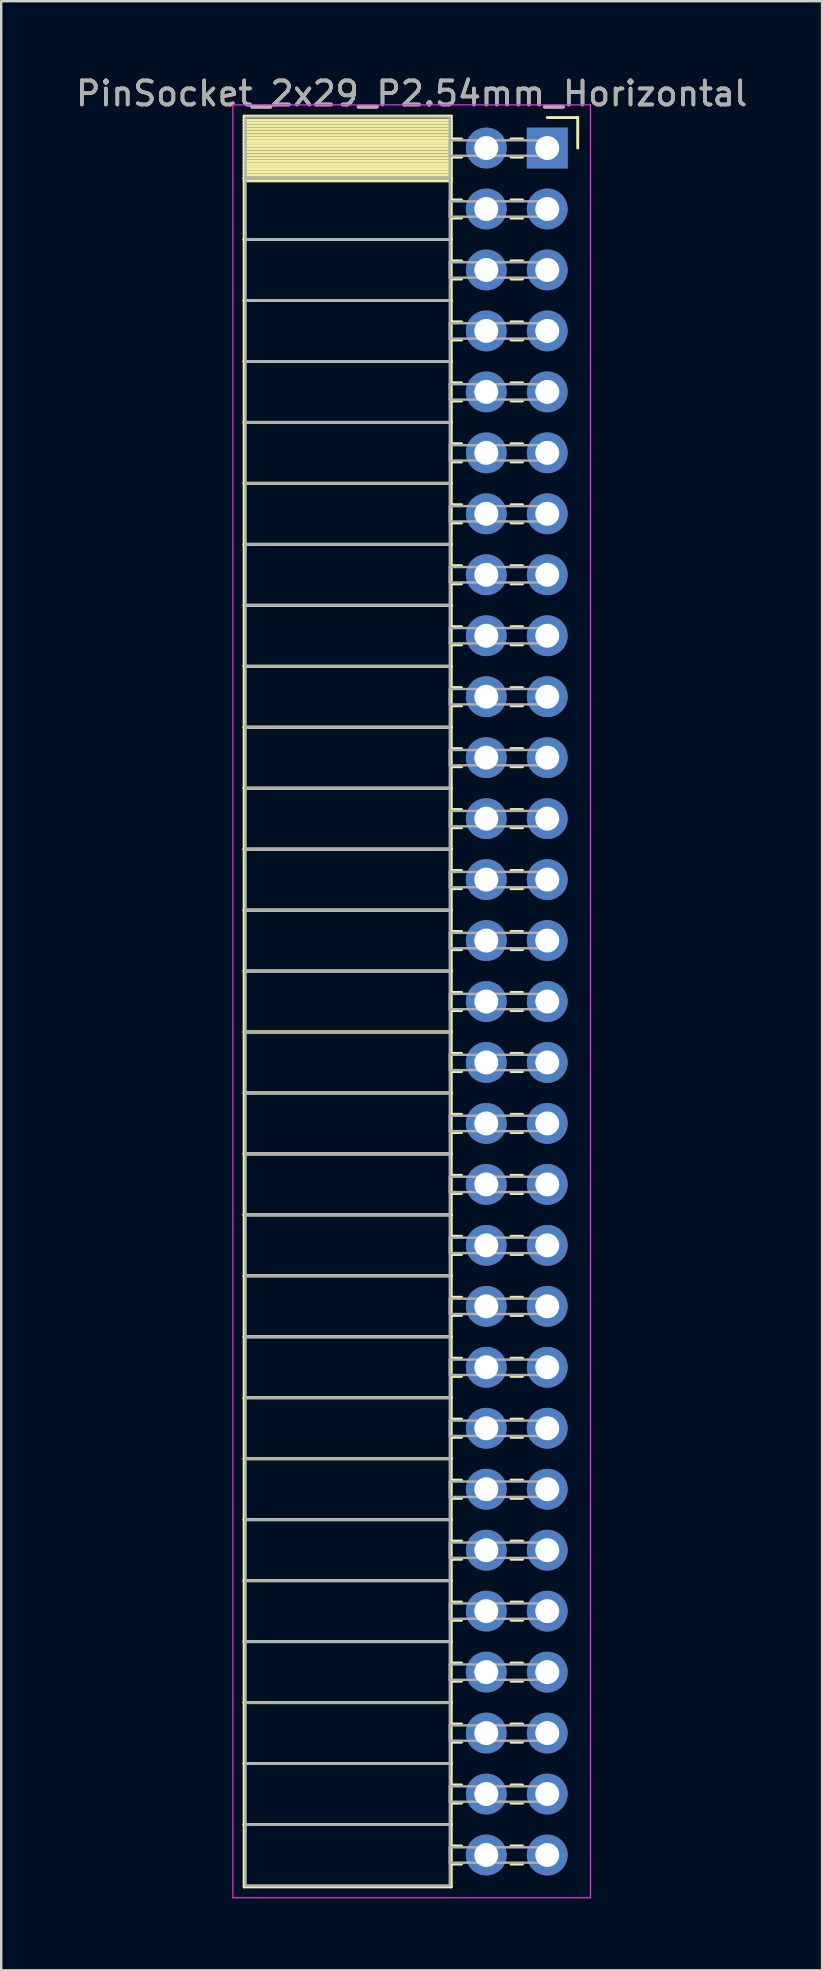
<source format=kicad_pcb>
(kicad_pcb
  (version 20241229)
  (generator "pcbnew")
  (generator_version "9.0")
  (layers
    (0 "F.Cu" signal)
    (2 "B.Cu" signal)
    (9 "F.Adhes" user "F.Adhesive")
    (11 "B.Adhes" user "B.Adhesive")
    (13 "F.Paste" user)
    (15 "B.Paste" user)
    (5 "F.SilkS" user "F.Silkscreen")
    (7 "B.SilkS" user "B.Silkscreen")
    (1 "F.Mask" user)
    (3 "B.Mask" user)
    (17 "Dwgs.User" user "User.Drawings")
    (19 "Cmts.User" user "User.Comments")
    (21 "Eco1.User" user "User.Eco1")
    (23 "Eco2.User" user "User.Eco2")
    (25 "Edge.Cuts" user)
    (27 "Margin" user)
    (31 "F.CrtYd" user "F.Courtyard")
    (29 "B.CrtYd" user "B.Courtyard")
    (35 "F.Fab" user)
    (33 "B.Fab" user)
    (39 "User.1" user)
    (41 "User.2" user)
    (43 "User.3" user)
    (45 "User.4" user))
  (footprint "PinSocket_2x29_P2.54mm_Horizontal"
    (layer "F.Cu")
    (at 19.751 3.118)
    (property "Reference" "PinSocket_2x29_P2.54mm_Horizontal" (at -5.65 -2.27 0) (layer "F.SilkS") (effects (font (size 1 1) (thickness 0.15))))
    (attr through_hole)
    (fp_line (start -12.63 -1.33) (end -4 -1.33) (stroke (width 0.12) (type solid)) (layer "F.SilkS"))
    (fp_line (start -12.63 1.27) (end -12.63 -1.33) (stroke (width 0.12) (type solid)) (layer "F.SilkS"))
    (fp_line (start -12.63 1.27) (end -4 1.27) (stroke (width 0.12) (type solid)) (layer "F.SilkS"))
    (fp_line (start -12.63 3.81) (end -12.63 1.27) (stroke (width 0.12) (type solid)) (layer "F.SilkS"))
    (fp_line (start -12.63 3.81) (end -4 3.81) (stroke (width 0.12) (type solid)) (layer "F.SilkS"))
    (fp_line (start -12.63 6.35) (end -12.63 3.81) (stroke (width 0.12) (type solid)) (layer "F.SilkS"))
    (fp_line (start -12.63 6.35) (end -4 6.35) (stroke (width 0.12) (type solid)) (layer "F.SilkS"))
    (fp_line (start -12.63 8.89) (end -12.63 6.35) (stroke (width 0.12) (type solid)) (layer "F.SilkS"))
    (fp_line (start -12.63 8.89) (end -4 8.89) (stroke (width 0.12) (type solid)) (layer "F.SilkS"))
    (fp_line (start -12.63 11.43) (end -12.63 8.89) (stroke (width 0.12) (type solid)) (layer "F.SilkS"))
    (fp_line (start -12.63 11.43) (end -4 11.43) (stroke (width 0.12) (type solid)) (layer "F.SilkS"))
    (fp_line (start -12.63 13.97) (end -12.63 11.43) (stroke (width 0.12) (type solid)) (layer "F.SilkS"))
    (fp_line (start -12.63 13.97) (end -4 13.97) (stroke (width 0.12) (type solid)) (layer "F.SilkS"))
    (fp_line (start -12.63 16.51) (end -12.63 13.97) (stroke (width 0.12) (type solid)) (layer "F.SilkS"))
    (fp_line (start -12.63 16.51) (end -4 16.51) (stroke (width 0.12) (type solid)) (layer "F.SilkS"))
    (fp_line (start -12.63 19.05) (end -12.63 16.51) (stroke (width 0.12) (type solid)) (layer "F.SilkS"))
    (fp_line (start -12.63 19.05) (end -4 19.05) (stroke (width 0.12) (type solid)) (layer "F.SilkS"))
    (fp_line (start -12.63 21.59) (end -12.63 19.05) (stroke (width 0.12) (type solid)) (layer "F.SilkS"))
    (fp_line (start -12.63 21.59) (end -4 21.59) (stroke (width 0.12) (type solid)) (layer "F.SilkS"))
    (fp_line (start -12.63 24.13) (end -12.63 21.59) (stroke (width 0.12) (type solid)) (layer "F.SilkS"))
    (fp_line (start -12.63 24.13) (end -4 24.13) (stroke (width 0.12) (type solid)) (layer "F.SilkS"))
    (fp_line (start -12.63 26.67) (end -12.63 24.13) (stroke (width 0.12) (type solid)) (layer "F.SilkS"))
    (fp_line (start -12.63 26.67) (end -4 26.67) (stroke (width 0.12) (type solid)) (layer "F.SilkS"))
    (fp_line (start -12.63 29.21) (end -12.63 26.67) (stroke (width 0.12) (type solid)) (layer "F.SilkS"))
    (fp_line (start -12.63 29.21) (end -4 29.21) (stroke (width 0.12) (type solid)) (layer "F.SilkS"))
    (fp_line (start -12.63 31.75) (end -12.63 29.21) (stroke (width 0.12) (type solid)) (layer "F.SilkS"))
    (fp_line (start -12.63 31.75) (end -4 31.75) (stroke (width 0.12) (type solid)) (layer "F.SilkS"))
    (fp_line (start -12.63 34.29) (end -12.63 31.75) (stroke (width 0.12) (type solid)) (layer "F.SilkS"))
    (fp_line (start -12.63 34.29) (end -4 34.29) (stroke (width 0.12) (type solid)) (layer "F.SilkS"))
    (fp_line (start -12.63 36.83) (end -12.63 34.29) (stroke (width 0.12) (type solid)) (layer "F.SilkS"))
    (fp_line (start -12.63 36.83) (end -4 36.83) (stroke (width 0.12) (type solid)) (layer "F.SilkS"))
    (fp_line (start -12.63 39.37) (end -12.63 36.83) (stroke (width 0.12) (type solid)) (layer "F.SilkS"))
    (fp_line (start -12.63 39.37) (end -4 39.37) (stroke (width 0.12) (type solid)) (layer "F.SilkS"))
    (fp_line (start -12.63 41.91) (end -12.63 39.37) (stroke (width 0.12) (type solid)) (layer "F.SilkS"))
    (fp_line (start -12.63 41.91) (end -4 41.91) (stroke (width 0.12) (type solid)) (layer "F.SilkS"))
    (fp_line (start -12.63 44.45) (end -12.63 41.91) (stroke (width 0.12) (type solid)) (layer "F.SilkS"))
    (fp_line (start -12.63 44.45) (end -4 44.45) (stroke (width 0.12) (type solid)) (layer "F.SilkS"))
    (fp_line (start -12.63 46.99) (end -12.63 44.45) (stroke (width 0.12) (type solid)) (layer "F.SilkS"))
    (fp_line (start -12.63 46.99) (end -4 46.99) (stroke (width 0.12) (type solid)) (layer "F.SilkS"))
    (fp_line (start -12.63 49.53) (end -12.63 46.99) (stroke (width 0.12) (type solid)) (layer "F.SilkS"))
    (fp_line (start -12.63 49.53) (end -4 49.53) (stroke (width 0.12) (type solid)) (layer "F.SilkS"))
    (fp_line (start -12.63 52.07) (end -12.63 49.53) (stroke (width 0.12) (type solid)) (layer "F.SilkS"))
    (fp_line (start -12.63 52.07) (end -4 52.07) (stroke (width 0.12) (type solid)) (layer "F.SilkS"))
    (fp_line (start -12.63 54.61) (end -12.63 52.07) (stroke (width 0.12) (type solid)) (layer "F.SilkS"))
    (fp_line (start -12.63 54.61) (end -4 54.61) (stroke (width 0.12) (type solid)) (layer "F.SilkS"))
    (fp_line (start -12.63 57.15) (end -12.63 54.61) (stroke (width 0.12) (type solid)) (layer "F.SilkS"))
    (fp_line (start -12.63 57.15) (end -4 57.15) (stroke (width 0.12) (type solid)) (layer "F.SilkS"))
    (fp_line (start -12.63 59.69) (end -12.63 57.15) (stroke (width 0.12) (type solid)) (layer "F.SilkS"))
    (fp_line (start -12.63 59.69) (end -4 59.69) (stroke (width 0.12) (type solid)) (layer "F.SilkS"))
    (fp_line (start -12.63 62.23) (end -12.63 59.69) (stroke (width 0.12) (type solid)) (layer "F.SilkS"))
    (fp_line (start -12.63 62.23) (end -4 62.23) (stroke (width 0.12) (type solid)) (layer "F.SilkS"))
    (fp_line (start -12.63 64.77) (end -12.63 62.23) (stroke (width 0.12) (type solid)) (layer "F.SilkS"))
    (fp_line (start -12.63 64.77) (end -4 64.77) (stroke (width 0.12) (type solid)) (layer "F.SilkS"))
    (fp_line (start -12.63 67.31) (end -12.63 64.77) (stroke (width 0.12) (type solid)) (layer "F.SilkS"))
    (fp_line (start -12.63 67.31) (end -4 67.31) (stroke (width 0.12) (type solid)) (layer "F.SilkS"))
    (fp_line (start -12.63 69.85) (end -12.63 67.31) (stroke (width 0.12) (type solid)) (layer "F.SilkS"))
    (fp_line (start -12.63 69.85) (end -4 69.85) (stroke (width 0.12) (type solid)) (layer "F.SilkS"))
    (fp_line (start -12.63 72.45) (end -12.63 69.85) (stroke (width 0.12) (type solid)) (layer "F.SilkS"))
    (fp_line (start -4 -1.33) (end -4 1.27) (stroke (width 0.12) (type solid)) (layer "F.SilkS"))
    (fp_line (start -4 -1.15) (end -12.63 -1.15) (stroke (width 0.12) (type solid)) (layer "F.SilkS"))
    (fp_line (start -4 -1.03) (end -12.63 -1.03) (stroke (width 0.12) (type solid)) (layer "F.SilkS"))
    (fp_line (start -4 -0.91) (end -12.63 -0.91) (stroke (width 0.12) (type solid)) (layer "F.SilkS"))
    (fp_line (start -4 -0.79) (end -12.63 -0.79) (stroke (width 0.12) (type solid)) (layer "F.SilkS"))
    (fp_line (start -4 -0.67) (end -12.63 -0.67) (stroke (width 0.12) (type solid)) (layer "F.SilkS"))
    (fp_line (start -4 -0.55) (end -12.63 -0.55) (stroke (width 0.12) (type solid)) (layer "F.SilkS"))
    (fp_line (start -4 -0.43) (end -12.63 -0.43) (stroke (width 0.12) (type solid)) (layer "F.SilkS"))
    (fp_line (start -4 -0.31) (end -12.63 -0.31) (stroke (width 0.12) (type solid)) (layer "F.SilkS"))
    (fp_line (start -4 -0.19) (end -12.63 -0.19) (stroke (width 0.12) (type solid)) (layer "F.SilkS"))
    (fp_line (start -4 -0.07) (end -12.63 -0.07) (stroke (width 0.12) (type solid)) (layer "F.SilkS"))
    (fp_line (start -4 0.05) (end -12.63 0.05) (stroke (width 0.12) (type solid)) (layer "F.SilkS"))
    (fp_line (start -4 0.17) (end -12.63 0.17) (stroke (width 0.12) (type solid)) (layer "F.SilkS"))
    (fp_line (start -4 0.29) (end -12.63 0.29) (stroke (width 0.12) (type solid)) (layer "F.SilkS"))
    (fp_line (start -4 0.41) (end -12.63 0.41) (stroke (width 0.12) (type solid)) (layer "F.SilkS"))
    (fp_line (start -4 0.53) (end -12.63 0.53) (stroke (width 0.12) (type solid)) (layer "F.SilkS"))
    (fp_line (start -4 0.65) (end -12.63 0.65) (stroke (width 0.12) (type solid)) (layer "F.SilkS"))
    (fp_line (start -4 0.77) (end -12.63 0.77) (stroke (width 0.12) (type solid)) (layer "F.SilkS"))
    (fp_line (start -4 0.89) (end -12.63 0.89) (stroke (width 0.12) (type solid)) (layer "F.SilkS"))
    (fp_line (start -4 1.01) (end -12.63 1.01) (stroke (width 0.12) (type solid)) (layer "F.SilkS"))
    (fp_line (start -4 1.13) (end -12.63 1.13) (stroke (width 0.12) (type solid)) (layer "F.SilkS"))
    (fp_line (start -4 1.25) (end -12.63 1.25) (stroke (width 0.12) (type solid)) (layer "F.SilkS"))
    (fp_line (start -4 1.27) (end -12.63 1.27) (stroke (width 0.12) (type solid)) (layer "F.SilkS"))
    (fp_line (start -4 1.27) (end -4 3.81) (stroke (width 0.12) (type solid)) (layer "F.SilkS"))
    (fp_line (start -4 1.37) (end -12.63 1.37) (stroke (width 0.12) (type solid)) (layer "F.SilkS"))
    (fp_line (start -4 3.81) (end -12.63 3.81) (stroke (width 0.12) (type solid)) (layer "F.SilkS"))
    (fp_line (start -4 3.81) (end -4 6.35) (stroke (width 0.12) (type solid)) (layer "F.SilkS"))
    (fp_line (start -4 6.35) (end -12.63 6.35) (stroke (width 0.12) (type solid)) (layer "F.SilkS"))
    (fp_line (start -4 6.35) (end -4 8.89) (stroke (width 0.12) (type solid)) (layer "F.SilkS"))
    (fp_line (start -4 8.89) (end -12.63 8.89) (stroke (width 0.12) (type solid)) (layer "F.SilkS"))
    (fp_line (start -4 8.89) (end -4 11.43) (stroke (width 0.12) (type solid)) (layer "F.SilkS"))
    (fp_line (start -4 11.43) (end -12.63 11.43) (stroke (width 0.12) (type solid)) (layer "F.SilkS"))
    (fp_line (start -4 11.43) (end -4 13.97) (stroke (width 0.12) (type solid)) (layer "F.SilkS"))
    (fp_line (start -4 13.97) (end -12.63 13.97) (stroke (width 0.12) (type solid)) (layer "F.SilkS"))
    (fp_line (start -4 13.97) (end -4 16.51) (stroke (width 0.12) (type solid)) (layer "F.SilkS"))
    (fp_line (start -4 16.51) (end -12.63 16.51) (stroke (width 0.12) (type solid)) (layer "F.SilkS"))
    (fp_line (start -4 16.51) (end -4 19.05) (stroke (width 0.12) (type solid)) (layer "F.SilkS"))
    (fp_line (start -4 19.05) (end -12.63 19.05) (stroke (width 0.12) (type solid)) (layer "F.SilkS"))
    (fp_line (start -4 19.05) (end -4 21.59) (stroke (width 0.12) (type solid)) (layer "F.SilkS"))
    (fp_line (start -4 21.59) (end -12.63 21.59) (stroke (width 0.12) (type solid)) (layer "F.SilkS"))
    (fp_line (start -4 21.59) (end -4 24.13) (stroke (width 0.12) (type solid)) (layer "F.SilkS"))
    (fp_line (start -4 24.13) (end -12.63 24.13) (stroke (width 0.12) (type solid)) (layer "F.SilkS"))
    (fp_line (start -4 24.13) (end -4 26.67) (stroke (width 0.12) (type solid)) (layer "F.SilkS"))
    (fp_line (start -4 26.67) (end -12.63 26.67) (stroke (width 0.12) (type solid)) (layer "F.SilkS"))
    (fp_line (start -4 26.67) (end -4 29.21) (stroke (width 0.12) (type solid)) (layer "F.SilkS"))
    (fp_line (start -4 29.21) (end -12.63 29.21) (stroke (width 0.12) (type solid)) (layer "F.SilkS"))
    (fp_line (start -4 29.21) (end -4 31.75) (stroke (width 0.12) (type solid)) (layer "F.SilkS"))
    (fp_line (start -4 31.75) (end -12.63 31.75) (stroke (width 0.12) (type solid)) (layer "F.SilkS"))
    (fp_line (start -4 31.75) (end -4 34.29) (stroke (width 0.12) (type solid)) (layer "F.SilkS"))
    (fp_line (start -4 34.29) (end -12.63 34.29) (stroke (width 0.12) (type solid)) (layer "F.SilkS"))
    (fp_line (start -4 34.29) (end -4 36.83) (stroke (width 0.12) (type solid)) (layer "F.SilkS"))
    (fp_line (start -4 36.83) (end -12.63 36.83) (stroke (width 0.12) (type solid)) (layer "F.SilkS"))
    (fp_line (start -4 36.83) (end -4 39.37) (stroke (width 0.12) (type solid)) (layer "F.SilkS"))
    (fp_line (start -4 39.37) (end -12.63 39.37) (stroke (width 0.12) (type solid)) (layer "F.SilkS"))
    (fp_line (start -4 39.37) (end -4 41.91) (stroke (width 0.12) (type solid)) (layer "F.SilkS"))
    (fp_line (start -4 41.91) (end -12.63 41.91) (stroke (width 0.12) (type solid)) (layer "F.SilkS"))
    (fp_line (start -4 41.91) (end -4 44.45) (stroke (width 0.12) (type solid)) (layer "F.SilkS"))
    (fp_line (start -4 44.45) (end -12.63 44.45) (stroke (width 0.12) (type solid)) (layer "F.SilkS"))
    (fp_line (start -4 44.45) (end -4 46.99) (stroke (width 0.12) (type solid)) (layer "F.SilkS"))
    (fp_line (start -4 46.99) (end -12.63 46.99) (stroke (width 0.12) (type solid)) (layer "F.SilkS"))
    (fp_line (start -4 46.99) (end -4 49.53) (stroke (width 0.12) (type solid)) (layer "F.SilkS"))
    (fp_line (start -4 49.53) (end -12.63 49.53) (stroke (width 0.12) (type solid)) (layer "F.SilkS"))
    (fp_line (start -4 49.53) (end -4 52.07) (stroke (width 0.12) (type solid)) (layer "F.SilkS"))
    (fp_line (start -4 52.07) (end -12.63 52.07) (stroke (width 0.12) (type solid)) (layer "F.SilkS"))
    (fp_line (start -4 52.07) (end -4 54.61) (stroke (width 0.12) (type solid)) (layer "F.SilkS"))
    (fp_line (start -4 54.61) (end -12.63 54.61) (stroke (width 0.12) (type solid)) (layer "F.SilkS"))
    (fp_line (start -4 54.61) (end -4 57.15) (stroke (width 0.12) (type solid)) (layer "F.SilkS"))
    (fp_line (start -4 57.15) (end -12.63 57.15) (stroke (width 0.12) (type solid)) (layer "F.SilkS"))
    (fp_line (start -4 57.15) (end -4 59.69) (stroke (width 0.12) (type solid)) (layer "F.SilkS"))
    (fp_line (start -4 59.69) (end -12.63 59.69) (stroke (width 0.12) (type solid)) (layer "F.SilkS"))
    (fp_line (start -4 59.69) (end -4 62.23) (stroke (width 0.12) (type solid)) (layer "F.SilkS"))
    (fp_line (start -4 62.23) (end -12.63 62.23) (stroke (width 0.12) (type solid)) (layer "F.SilkS"))
    (fp_line (start -4 62.23) (end -4 64.77) (stroke (width 0.12) (type solid)) (layer "F.SilkS"))
    (fp_line (start -4 64.77) (end -12.63 64.77) (stroke (width 0.12) (type solid)) (layer "F.SilkS"))
    (fp_line (start -4 64.77) (end -4 67.31) (stroke (width 0.12) (type solid)) (layer "F.SilkS"))
    (fp_line (start -4 67.31) (end -12.63 67.31) (stroke (width 0.12) (type solid)) (layer "F.SilkS"))
    (fp_line (start -4 67.31) (end -4 69.85) (stroke (width 0.12) (type solid)) (layer "F.SilkS"))
    (fp_line (start -4 69.85) (end -12.63 69.85) (stroke (width 0.12) (type solid)) (layer "F.SilkS"))
    (fp_line (start -4 69.85) (end -4 72.45) (stroke (width 0.12) (type solid)) (layer "F.SilkS"))
    (fp_line (start -4 72.45) (end -12.63 72.45) (stroke (width 0.12) (type solid)) (layer "F.SilkS"))
    (fp_line (start -3.57 -0.38) (end -4 -0.38) (stroke (width 0.12) (type solid)) (layer "F.SilkS"))
    (fp_line (start -3.57 0.38) (end -4 0.38) (stroke (width 0.12) (type solid)) (layer "F.SilkS"))
    (fp_line (start -3.57 2.16) (end -4 2.16) (stroke (width 0.12) (type solid)) (layer "F.SilkS"))
    (fp_line (start -3.57 2.92) (end -4 2.92) (stroke (width 0.12) (type solid)) (layer "F.SilkS"))
    (fp_line (start -3.57 4.7) (end -4 4.7) (stroke (width 0.12) (type solid)) (layer "F.SilkS"))
    (fp_line (start -3.57 5.46) (end -4 5.46) (stroke (width 0.12) (type solid)) (layer "F.SilkS"))
    (fp_line (start -3.57 7.24) (end -4 7.24) (stroke (width 0.12) (type solid)) (layer "F.SilkS"))
    (fp_line (start -3.57 8) (end -4 8) (stroke (width 0.12) (type solid)) (layer "F.SilkS"))
    (fp_line (start -3.57 9.78) (end -4 9.78) (stroke (width 0.12) (type solid)) (layer "F.SilkS"))
    (fp_line (start -3.57 10.54) (end -4 10.54) (stroke (width 0.12) (type solid)) (layer "F.SilkS"))
    (fp_line (start -3.57 12.32) (end -4 12.32) (stroke (width 0.12) (type solid)) (layer "F.SilkS"))
    (fp_line (start -3.57 13.08) (end -4 13.08) (stroke (width 0.12) (type solid)) (layer "F.SilkS"))
    (fp_line (start -3.57 14.86) (end -4 14.86) (stroke (width 0.12) (type solid)) (layer "F.SilkS"))
    (fp_line (start -3.57 15.62) (end -4 15.62) (stroke (width 0.12) (type solid)) (layer "F.SilkS"))
    (fp_line (start -3.57 17.4) (end -4 17.4) (stroke (width 0.12) (type solid)) (layer "F.SilkS"))
    (fp_line (start -3.57 18.16) (end -4 18.16) (stroke (width 0.12) (type solid)) (layer "F.SilkS"))
    (fp_line (start -3.57 19.94) (end -4 19.94) (stroke (width 0.12) (type solid)) (layer "F.SilkS"))
    (fp_line (start -3.57 20.7) (end -4 20.7) (stroke (width 0.12) (type solid)) (layer "F.SilkS"))
    (fp_line (start -3.57 22.48) (end -4 22.48) (stroke (width 0.12) (type solid)) (layer "F.SilkS"))
    (fp_line (start -3.57 23.24) (end -4 23.24) (stroke (width 0.12) (type solid)) (layer "F.SilkS"))
    (fp_line (start -3.57 25.02) (end -4 25.02) (stroke (width 0.12) (type solid)) (layer "F.SilkS"))
    (fp_line (start -3.57 25.78) (end -4 25.78) (stroke (width 0.12) (type solid)) (layer "F.SilkS"))
    (fp_line (start -3.57 27.56) (end -4 27.56) (stroke (width 0.12) (type solid)) (layer "F.SilkS"))
    (fp_line (start -3.57 28.32) (end -4 28.32) (stroke (width 0.12) (type solid)) (layer "F.SilkS"))
    (fp_line (start -3.57 30.1) (end -4 30.1) (stroke (width 0.12) (type solid)) (layer "F.SilkS"))
    (fp_line (start -3.57 30.86) (end -4 30.86) (stroke (width 0.12) (type solid)) (layer "F.SilkS"))
    (fp_line (start -3.57 32.64) (end -4 32.64) (stroke (width 0.12) (type solid)) (layer "F.SilkS"))
    (fp_line (start -3.57 33.4) (end -4 33.4) (stroke (width 0.12) (type solid)) (layer "F.SilkS"))
    (fp_line (start -3.57 35.18) (end -4 35.18) (stroke (width 0.12) (type solid)) (layer "F.SilkS"))
    (fp_line (start -3.57 35.94) (end -4 35.94) (stroke (width 0.12) (type solid)) (layer "F.SilkS"))
    (fp_line (start -3.57 37.72) (end -4 37.72) (stroke (width 0.12) (type solid)) (layer "F.SilkS"))
    (fp_line (start -3.57 38.48) (end -4 38.48) (stroke (width 0.12) (type solid)) (layer "F.SilkS"))
    (fp_line (start -3.57 40.26) (end -4 40.26) (stroke (width 0.12) (type solid)) (layer "F.SilkS"))
    (fp_line (start -3.57 41.02) (end -4 41.02) (stroke (width 0.12) (type solid)) (layer "F.SilkS"))
    (fp_line (start -3.57 42.8) (end -4 42.8) (stroke (width 0.12) (type solid)) (layer "F.SilkS"))
    (fp_line (start -3.57 43.56) (end -4 43.56) (stroke (width 0.12) (type solid)) (layer "F.SilkS"))
    (fp_line (start -3.57 45.34) (end -4 45.34) (stroke (width 0.12) (type solid)) (layer "F.SilkS"))
    (fp_line (start -3.57 46.1) (end -4 46.1) (stroke (width 0.12) (type solid)) (layer "F.SilkS"))
    (fp_line (start -3.57 47.88) (end -4 47.88) (stroke (width 0.12) (type solid)) (layer "F.SilkS"))
    (fp_line (start -3.57 48.64) (end -4 48.64) (stroke (width 0.12) (type solid)) (layer "F.SilkS"))
    (fp_line (start -3.57 50.42) (end -4 50.42) (stroke (width 0.12) (type solid)) (layer "F.SilkS"))
    (fp_line (start -3.57 51.18) (end -4 51.18) (stroke (width 0.12) (type solid)) (layer "F.SilkS"))
    (fp_line (start -3.57 52.96) (end -4 52.96) (stroke (width 0.12) (type solid)) (layer "F.SilkS"))
    (fp_line (start -3.57 53.72) (end -4 53.72) (stroke (width 0.12) (type solid)) (layer "F.SilkS"))
    (fp_line (start -3.57 55.5) (end -4 55.5) (stroke (width 0.12) (type solid)) (layer "F.SilkS"))
    (fp_line (start -3.57 56.26) (end -4 56.26) (stroke (width 0.12) (type solid)) (layer "F.SilkS"))
    (fp_line (start -3.57 58.04) (end -4 58.04) (stroke (width 0.12) (type solid)) (layer "F.SilkS"))
    (fp_line (start -3.57 58.8) (end -4 58.8) (stroke (width 0.12) (type solid)) (layer "F.SilkS"))
    (fp_line (start -3.57 60.58) (end -4 60.58) (stroke (width 0.12) (type solid)) (layer "F.SilkS"))
    (fp_line (start -3.57 61.34) (end -4 61.34) (stroke (width 0.12) (type solid)) (layer "F.SilkS"))
    (fp_line (start -3.57 63.12) (end -4 63.12) (stroke (width 0.12) (type solid)) (layer "F.SilkS"))
    (fp_line (start -3.57 63.88) (end -4 63.88) (stroke (width 0.12) (type solid)) (layer "F.SilkS"))
    (fp_line (start -3.57 65.66) (end -4 65.66) (stroke (width 0.12) (type solid)) (layer "F.SilkS"))
    (fp_line (start -3.57 66.42) (end -4 66.42) (stroke (width 0.12) (type solid)) (layer "F.SilkS"))
    (fp_line (start -3.57 68.2) (end -4 68.2) (stroke (width 0.12) (type solid)) (layer "F.SilkS"))
    (fp_line (start -3.57 68.96) (end -4 68.96) (stroke (width 0.12) (type solid)) (layer "F.SilkS"))
    (fp_line (start -3.57 70.74) (end -4 70.74) (stroke (width 0.12) (type solid)) (layer "F.SilkS"))
    (fp_line (start -3.57 71.5) (end -4 71.5) (stroke (width 0.12) (type solid)) (layer "F.SilkS"))
    (fp_line (start -1.03 -0.38) (end -1.51 -0.38) (stroke (width 0.12) (type solid)) (layer "F.SilkS"))
    (fp_line (start -1.03 0.38) (end -1.51 0.38) (stroke (width 0.12) (type solid)) (layer "F.SilkS"))
    (fp_line (start -1.03 2.16) (end -1.51 2.16) (stroke (width 0.12) (type solid)) (layer "F.SilkS"))
    (fp_line (start -1.03 2.92) (end -1.51 2.92) (stroke (width 0.12) (type solid)) (layer "F.SilkS"))
    (fp_line (start -1.03 4.7) (end -1.51 4.7) (stroke (width 0.12) (type solid)) (layer "F.SilkS"))
    (fp_line (start -1.03 5.46) (end -1.51 5.46) (stroke (width 0.12) (type solid)) (layer "F.SilkS"))
    (fp_line (start -1.03 7.24) (end -1.51 7.24) (stroke (width 0.12) (type solid)) (layer "F.SilkS"))
    (fp_line (start -1.03 8) (end -1.51 8) (stroke (width 0.12) (type solid)) (layer "F.SilkS"))
    (fp_line (start -1.03 9.78) (end -1.51 9.78) (stroke (width 0.12) (type solid)) (layer "F.SilkS"))
    (fp_line (start -1.03 10.54) (end -1.51 10.54) (stroke (width 0.12) (type solid)) (layer "F.SilkS"))
    (fp_line (start -1.03 12.32) (end -1.51 12.32) (stroke (width 0.12) (type solid)) (layer "F.SilkS"))
    (fp_line (start -1.03 13.08) (end -1.51 13.08) (stroke (width 0.12) (type solid)) (layer "F.SilkS"))
    (fp_line (start -1.03 14.86) (end -1.51 14.86) (stroke (width 0.12) (type solid)) (layer "F.SilkS"))
    (fp_line (start -1.03 15.62) (end -1.51 15.62) (stroke (width 0.12) (type solid)) (layer "F.SilkS"))
    (fp_line (start -1.03 17.4) (end -1.51 17.4) (stroke (width 0.12) (type solid)) (layer "F.SilkS"))
    (fp_line (start -1.03 18.16) (end -1.51 18.16) (stroke (width 0.12) (type solid)) (layer "F.SilkS"))
    (fp_line (start -1.03 19.94) (end -1.51 19.94) (stroke (width 0.12) (type solid)) (layer "F.SilkS"))
    (fp_line (start -1.03 20.7) (end -1.51 20.7) (stroke (width 0.12) (type solid)) (layer "F.SilkS"))
    (fp_line (start -1.03 22.48) (end -1.51 22.48) (stroke (width 0.12) (type solid)) (layer "F.SilkS"))
    (fp_line (start -1.03 23.24) (end -1.51 23.24) (stroke (width 0.12) (type solid)) (layer "F.SilkS"))
    (fp_line (start -1.03 25.02) (end -1.51 25.02) (stroke (width 0.12) (type solid)) (layer "F.SilkS"))
    (fp_line (start -1.03 25.78) (end -1.51 25.78) (stroke (width 0.12) (type solid)) (layer "F.SilkS"))
    (fp_line (start -1.03 27.56) (end -1.51 27.56) (stroke (width 0.12) (type solid)) (layer "F.SilkS"))
    (fp_line (start -1.03 28.32) (end -1.51 28.32) (stroke (width 0.12) (type solid)) (layer "F.SilkS"))
    (fp_line (start -1.03 30.1) (end -1.51 30.1) (stroke (width 0.12) (type solid)) (layer "F.SilkS"))
    (fp_line (start -1.03 30.86) (end -1.51 30.86) (stroke (width 0.12) (type solid)) (layer "F.SilkS"))
    (fp_line (start -1.03 32.64) (end -1.51 32.64) (stroke (width 0.12) (type solid)) (layer "F.SilkS"))
    (fp_line (start -1.03 33.4) (end -1.51 33.4) (stroke (width 0.12) (type solid)) (layer "F.SilkS"))
    (fp_line (start -1.03 35.18) (end -1.51 35.18) (stroke (width 0.12) (type solid)) (layer "F.SilkS"))
    (fp_line (start -1.03 35.94) (end -1.51 35.94) (stroke (width 0.12) (type solid)) (layer "F.SilkS"))
    (fp_line (start -1.03 37.72) (end -1.51 37.72) (stroke (width 0.12) (type solid)) (layer "F.SilkS"))
    (fp_line (start -1.03 38.48) (end -1.51 38.48) (stroke (width 0.12) (type solid)) (layer "F.SilkS"))
    (fp_line (start -1.03 40.26) (end -1.51 40.26) (stroke (width 0.12) (type solid)) (layer "F.SilkS"))
    (fp_line (start -1.03 41.02) (end -1.51 41.02) (stroke (width 0.12) (type solid)) (layer "F.SilkS"))
    (fp_line (start -1.03 42.8) (end -1.51 42.8) (stroke (width 0.12) (type solid)) (layer "F.SilkS"))
    (fp_line (start -1.03 43.56) (end -1.51 43.56) (stroke (width 0.12) (type solid)) (layer "F.SilkS"))
    (fp_line (start -1.03 45.34) (end -1.51 45.34) (stroke (width 0.12) (type solid)) (layer "F.SilkS"))
    (fp_line (start -1.03 46.1) (end -1.51 46.1) (stroke (width 0.12) (type solid)) (layer "F.SilkS"))
    (fp_line (start -1.03 47.88) (end -1.51 47.88) (stroke (width 0.12) (type solid)) (layer "F.SilkS"))
    (fp_line (start -1.03 48.64) (end -1.51 48.64) (stroke (width 0.12) (type solid)) (layer "F.SilkS"))
    (fp_line (start -1.03 50.42) (end -1.51 50.42) (stroke (width 0.12) (type solid)) (layer "F.SilkS"))
    (fp_line (start -1.03 51.18) (end -1.51 51.18) (stroke (width 0.12) (type solid)) (layer "F.SilkS"))
    (fp_line (start -1.03 52.96) (end -1.51 52.96) (stroke (width 0.12) (type solid)) (layer "F.SilkS"))
    (fp_line (start -1.03 53.72) (end -1.51 53.72) (stroke (width 0.12) (type solid)) (layer "F.SilkS"))
    (fp_line (start -1.03 55.5) (end -1.51 55.5) (stroke (width 0.12) (type solid)) (layer "F.SilkS"))
    (fp_line (start -1.03 56.26) (end -1.51 56.26) (stroke (width 0.12) (type solid)) (layer "F.SilkS"))
    (fp_line (start -1.03 58.04) (end -1.51 58.04) (stroke (width 0.12) (type solid)) (layer "F.SilkS"))
    (fp_line (start -1.03 58.8) (end -1.51 58.8) (stroke (width 0.12) (type solid)) (layer "F.SilkS"))
    (fp_line (start -1.03 60.58) (end -1.51 60.58) (stroke (width 0.12) (type solid)) (layer "F.SilkS"))
    (fp_line (start -1.03 61.34) (end -1.51 61.34) (stroke (width 0.12) (type solid)) (layer "F.SilkS"))
    (fp_line (start -1.03 63.12) (end -1.51 63.12) (stroke (width 0.12) (type solid)) (layer "F.SilkS"))
    (fp_line (start -1.03 63.88) (end -1.51 63.88) (stroke (width 0.12) (type solid)) (layer "F.SilkS"))
    (fp_line (start -1.03 65.66) (end -1.51 65.66) (stroke (width 0.12) (type solid)) (layer "F.SilkS"))
    (fp_line (start -1.03 66.42) (end -1.51 66.42) (stroke (width 0.12) (type solid)) (layer "F.SilkS"))
    (fp_line (start -1.03 68.2) (end -1.51 68.2) (stroke (width 0.12) (type solid)) (layer "F.SilkS"))
    (fp_line (start -1.03 68.96) (end -1.51 68.96) (stroke (width 0.12) (type solid)) (layer "F.SilkS"))
    (fp_line (start -1.03 70.74) (end -1.51 70.74) (stroke (width 0.12) (type solid)) (layer "F.SilkS"))
    (fp_line (start -1.03 71.5) (end -1.51 71.5) (stroke (width 0.12) (type solid)) (layer "F.SilkS"))
    (fp_line (start 0 -1.27) (end 1.27 -1.27) (stroke (width 0.12) (type solid)) (layer "F.SilkS"))
    (fp_line (start 1.27 -1.27) (end 1.27 0) (stroke (width 0.12) (type solid)) (layer "F.SilkS"))
    (fp_line (start -13.1 -1.8) (end 1.8 -1.8) (stroke (width 0.05) (type solid)) (layer "F.CrtYd"))
    (fp_line (start -13.1 72.9) (end -13.1 -1.8) (stroke (width 0.05) (type solid)) (layer "F.CrtYd"))
    (fp_line (start 1.8 -1.8) (end 1.8 72.9) (stroke (width 0.05) (type solid)) (layer "F.CrtYd"))
    (fp_line (start 1.8 72.9) (end -13.1 72.9) (stroke (width 0.05) (type solid)) (layer "F.CrtYd"))
    (fp_line (start -12.57 -1.27) (end -4.06 -1.27) (stroke (width 0.1) (type solid)) (layer "F.Fab"))
    (fp_line (start -12.57 1.27) (end -12.57 -1.27) (stroke (width 0.1) (type solid)) (layer "F.Fab"))
    (fp_line (start -12.57 1.27) (end -4.06 1.27) (stroke (width 0.1) (type solid)) (layer "F.Fab"))
    (fp_line (start -12.57 3.81) (end -12.57 1.27) (stroke (width 0.1) (type solid)) (layer "F.Fab"))
    (fp_line (start -12.57 3.81) (end -4.06 3.81) (stroke (width 0.1) (type solid)) (layer "F.Fab"))
    (fp_line (start -12.57 6.35) (end -12.57 3.81) (stroke (width 0.1) (type solid)) (layer "F.Fab"))
    (fp_line (start -12.57 6.35) (end -4.06 6.35) (stroke (width 0.1) (type solid)) (layer "F.Fab"))
    (fp_line (start -12.57 8.89) (end -12.57 6.35) (stroke (width 0.1) (type solid)) (layer "F.Fab"))
    (fp_line (start -12.57 8.89) (end -4.06 8.89) (stroke (width 0.1) (type solid)) (layer "F.Fab"))
    (fp_line (start -12.57 11.43) (end -12.57 8.89) (stroke (width 0.1) (type solid)) (layer "F.Fab"))
    (fp_line (start -12.57 11.43) (end -4.06 11.43) (stroke (width 0.1) (type solid)) (layer "F.Fab"))
    (fp_line (start -12.57 13.97) (end -12.57 11.43) (stroke (width 0.1) (type solid)) (layer "F.Fab"))
    (fp_line (start -12.57 13.97) (end -4.06 13.97) (stroke (width 0.1) (type solid)) (layer "F.Fab"))
    (fp_line (start -12.57 16.51) (end -12.57 13.97) (stroke (width 0.1) (type solid)) (layer "F.Fab"))
    (fp_line (start -12.57 16.51) (end -4.06 16.51) (stroke (width 0.1) (type solid)) (layer "F.Fab"))
    (fp_line (start -12.57 19.05) (end -12.57 16.51) (stroke (width 0.1) (type solid)) (layer "F.Fab"))
    (fp_line (start -12.57 19.05) (end -4.06 19.05) (stroke (width 0.1) (type solid)) (layer "F.Fab"))
    (fp_line (start -12.57 21.59) (end -12.57 19.05) (stroke (width 0.1) (type solid)) (layer "F.Fab"))
    (fp_line (start -12.57 21.59) (end -4.06 21.59) (stroke (width 0.1) (type solid)) (layer "F.Fab"))
    (fp_line (start -12.57 24.13) (end -12.57 21.59) (stroke (width 0.1) (type solid)) (layer "F.Fab"))
    (fp_line (start -12.57 24.13) (end -4.06 24.13) (stroke (width 0.1) (type solid)) (layer "F.Fab"))
    (fp_line (start -12.57 26.67) (end -12.57 24.13) (stroke (width 0.1) (type solid)) (layer "F.Fab"))
    (fp_line (start -12.57 26.67) (end -4.06 26.67) (stroke (width 0.1) (type solid)) (layer "F.Fab"))
    (fp_line (start -12.57 29.21) (end -12.57 26.67) (stroke (width 0.1) (type solid)) (layer "F.Fab"))
    (fp_line (start -12.57 29.21) (end -4.06 29.21) (stroke (width 0.1) (type solid)) (layer "F.Fab"))
    (fp_line (start -12.57 31.75) (end -12.57 29.21) (stroke (width 0.1) (type solid)) (layer "F.Fab"))
    (fp_line (start -12.57 31.75) (end -4.06 31.75) (stroke (width 0.1) (type solid)) (layer "F.Fab"))
    (fp_line (start -12.57 34.29) (end -12.57 31.75) (stroke (width 0.1) (type solid)) (layer "F.Fab"))
    (fp_line (start -12.57 34.29) (end -4.06 34.29) (stroke (width 0.1) (type solid)) (layer "F.Fab"))
    (fp_line (start -12.57 36.83) (end -12.57 34.29) (stroke (width 0.1) (type solid)) (layer "F.Fab"))
    (fp_line (start -12.57 36.83) (end -4.06 36.83) (stroke (width 0.1) (type solid)) (layer "F.Fab"))
    (fp_line (start -12.57 39.37) (end -12.57 36.83) (stroke (width 0.1) (type solid)) (layer "F.Fab"))
    (fp_line (start -12.57 39.37) (end -4.06 39.37) (stroke (width 0.1) (type solid)) (layer "F.Fab"))
    (fp_line (start -12.57 41.91) (end -12.57 39.37) (stroke (width 0.1) (type solid)) (layer "F.Fab"))
    (fp_line (start -12.57 41.91) (end -4.06 41.91) (stroke (width 0.1) (type solid)) (layer "F.Fab"))
    (fp_line (start -12.57 44.45) (end -12.57 41.91) (stroke (width 0.1) (type solid)) (layer "F.Fab"))
    (fp_line (start -12.57 44.45) (end -4.06 44.45) (stroke (width 0.1) (type solid)) (layer "F.Fab"))
    (fp_line (start -12.57 46.99) (end -12.57 44.45) (stroke (width 0.1) (type solid)) (layer "F.Fab"))
    (fp_line (start -12.57 46.99) (end -4.06 46.99) (stroke (width 0.1) (type solid)) (layer "F.Fab"))
    (fp_line (start -12.57 49.53) (end -12.57 46.99) (stroke (width 0.1) (type solid)) (layer "F.Fab"))
    (fp_line (start -12.57 49.53) (end -4.06 49.53) (stroke (width 0.1) (type solid)) (layer "F.Fab"))
    (fp_line (start -12.57 52.07) (end -12.57 49.53) (stroke (width 0.1) (type solid)) (layer "F.Fab"))
    (fp_line (start -12.57 52.07) (end -4.06 52.07) (stroke (width 0.1) (type solid)) (layer "F.Fab"))
    (fp_line (start -12.57 54.61) (end -12.57 52.07) (stroke (width 0.1) (type solid)) (layer "F.Fab"))
    (fp_line (start -12.57 54.61) (end -4.06 54.61) (stroke (width 0.1) (type solid)) (layer "F.Fab"))
    (fp_line (start -12.57 57.15) (end -12.57 54.61) (stroke (width 0.1) (type solid)) (layer "F.Fab"))
    (fp_line (start -12.57 57.15) (end -4.06 57.15) (stroke (width 0.1) (type solid)) (layer "F.Fab"))
    (fp_line (start -12.57 59.69) (end -12.57 57.15) (stroke (width 0.1) (type solid)) (layer "F.Fab"))
    (fp_line (start -12.57 59.69) (end -4.06 59.69) (stroke (width 0.1) (type solid)) (layer "F.Fab"))
    (fp_line (start -12.57 62.23) (end -12.57 59.69) (stroke (width 0.1) (type solid)) (layer "F.Fab"))
    (fp_line (start -12.57 62.23) (end -4.06 62.23) (stroke (width 0.1) (type solid)) (layer "F.Fab"))
    (fp_line (start -12.57 64.77) (end -12.57 62.23) (stroke (width 0.1) (type solid)) (layer "F.Fab"))
    (fp_line (start -12.57 64.77) (end -4.06 64.77) (stroke (width 0.1) (type solid)) (layer "F.Fab"))
    (fp_line (start -12.57 67.31) (end -12.57 64.77) (stroke (width 0.1) (type solid)) (layer "F.Fab"))
    (fp_line (start -12.57 67.31) (end -4.06 67.31) (stroke (width 0.1) (type solid)) (layer "F.Fab"))
    (fp_line (start -12.57 69.85) (end -12.57 67.31) (stroke (width 0.1) (type solid)) (layer "F.Fab"))
    (fp_line (start -12.57 69.85) (end -4.06 69.85) (stroke (width 0.1) (type solid)) (layer "F.Fab"))
    (fp_line (start -12.57 72.39) (end -12.57 69.85) (stroke (width 0.1) (type solid)) (layer "F.Fab"))
    (fp_line (start -4.06 -1.27) (end -4.06 1.27) (stroke (width 0.1) (type solid)) (layer "F.Fab"))
    (fp_line (start -4.06 -0.32) (end 0 -0.32) (stroke (width 0.1) (type solid)) (layer "F.Fab"))
    (fp_line (start -4.06 0.32) (end -4.06 -0.32) (stroke (width 0.1) (type solid)) (layer "F.Fab"))
    (fp_line (start -4.06 1.27) (end -12.57 1.27) (stroke (width 0.1) (type solid)) (layer "F.Fab"))
    (fp_line (start -4.06 1.27) (end -4.06 3.81) (stroke (width 0.1) (type solid)) (layer "F.Fab"))
    (fp_line (start -4.06 2.22) (end 0 2.22) (stroke (width 0.1) (type solid)) (layer "F.Fab"))
    (fp_line (start -4.06 2.86) (end -4.06 2.22) (stroke (width 0.1) (type solid)) (layer "F.Fab"))
    (fp_line (start -4.06 3.81) (end -12.57 3.81) (stroke (width 0.1) (type solid)) (layer "F.Fab"))
    (fp_line (start -4.06 3.81) (end -4.06 6.35) (stroke (width 0.1) (type solid)) (layer "F.Fab"))
    (fp_line (start -4.06 4.76) (end 0 4.76) (stroke (width 0.1) (type solid)) (layer "F.Fab"))
    (fp_line (start -4.06 5.4) (end -4.06 4.76) (stroke (width 0.1) (type solid)) (layer "F.Fab"))
    (fp_line (start -4.06 6.35) (end -12.57 6.35) (stroke (width 0.1) (type solid)) (layer "F.Fab"))
    (fp_line (start -4.06 6.35) (end -4.06 8.89) (stroke (width 0.1) (type solid)) (layer "F.Fab"))
    (fp_line (start -4.06 7.3) (end 0 7.3) (stroke (width 0.1) (type solid)) (layer "F.Fab"))
    (fp_line (start -4.06 7.94) (end -4.06 7.3) (stroke (width 0.1) (type solid)) (layer "F.Fab"))
    (fp_line (start -4.06 8.89) (end -12.57 8.89) (stroke (width 0.1) (type solid)) (layer "F.Fab"))
    (fp_line (start -4.06 8.89) (end -4.06 11.43) (stroke (width 0.1) (type solid)) (layer "F.Fab"))
    (fp_line (start -4.06 9.84) (end 0 9.84) (stroke (width 0.1) (type solid)) (layer "F.Fab"))
    (fp_line (start -4.06 10.48) (end -4.06 9.84) (stroke (width 0.1) (type solid)) (layer "F.Fab"))
    (fp_line (start -4.06 11.43) (end -12.57 11.43) (stroke (width 0.1) (type solid)) (layer "F.Fab"))
    (fp_line (start -4.06 11.43) (end -4.06 13.97) (stroke (width 0.1) (type solid)) (layer "F.Fab"))
    (fp_line (start -4.06 12.38) (end 0 12.38) (stroke (width 0.1) (type solid)) (layer "F.Fab"))
    (fp_line (start -4.06 13.02) (end -4.06 12.38) (stroke (width 0.1) (type solid)) (layer "F.Fab"))
    (fp_line (start -4.06 13.97) (end -12.57 13.97) (stroke (width 0.1) (type solid)) (layer "F.Fab"))
    (fp_line (start -4.06 13.97) (end -4.06 16.51) (stroke (width 0.1) (type solid)) (layer "F.Fab"))
    (fp_line (start -4.06 14.92) (end 0 14.92) (stroke (width 0.1) (type solid)) (layer "F.Fab"))
    (fp_line (start -4.06 15.56) (end -4.06 14.92) (stroke (width 0.1) (type solid)) (layer "F.Fab"))
    (fp_line (start -4.06 16.51) (end -12.57 16.51) (stroke (width 0.1) (type solid)) (layer "F.Fab"))
    (fp_line (start -4.06 16.51) (end -4.06 19.05) (stroke (width 0.1) (type solid)) (layer "F.Fab"))
    (fp_line (start -4.06 17.46) (end 0 17.46) (stroke (width 0.1) (type solid)) (layer "F.Fab"))
    (fp_line (start -4.06 18.1) (end -4.06 17.46) (stroke (width 0.1) (type solid)) (layer "F.Fab"))
    (fp_line (start -4.06 19.05) (end -12.57 19.05) (stroke (width 0.1) (type solid)) (layer "F.Fab"))
    (fp_line (start -4.06 19.05) (end -4.06 21.59) (stroke (width 0.1) (type solid)) (layer "F.Fab"))
    (fp_line (start -4.06 20) (end 0 20) (stroke (width 0.1) (type solid)) (layer "F.Fab"))
    (fp_line (start -4.06 20.64) (end -4.06 20) (stroke (width 0.1) (type solid)) (layer "F.Fab"))
    (fp_line (start -4.06 21.59) (end -12.57 21.59) (stroke (width 0.1) (type solid)) (layer "F.Fab"))
    (fp_line (start -4.06 21.59) (end -4.06 24.13) (stroke (width 0.1) (type solid)) (layer "F.Fab"))
    (fp_line (start -4.06 22.54) (end 0 22.54) (stroke (width 0.1) (type solid)) (layer "F.Fab"))
    (fp_line (start -4.06 23.18) (end -4.06 22.54) (stroke (width 0.1) (type solid)) (layer "F.Fab"))
    (fp_line (start -4.06 24.13) (end -12.57 24.13) (stroke (width 0.1) (type solid)) (layer "F.Fab"))
    (fp_line (start -4.06 24.13) (end -4.06 26.67) (stroke (width 0.1) (type solid)) (layer "F.Fab"))
    (fp_line (start -4.06 25.08) (end 0 25.08) (stroke (width 0.1) (type solid)) (layer "F.Fab"))
    (fp_line (start -4.06 25.72) (end -4.06 25.08) (stroke (width 0.1) (type solid)) (layer "F.Fab"))
    (fp_line (start -4.06 26.67) (end -12.57 26.67) (stroke (width 0.1) (type solid)) (layer "F.Fab"))
    (fp_line (start -4.06 26.67) (end -4.06 29.21) (stroke (width 0.1) (type solid)) (layer "F.Fab"))
    (fp_line (start -4.06 27.62) (end 0 27.62) (stroke (width 0.1) (type solid)) (layer "F.Fab"))
    (fp_line (start -4.06 28.26) (end -4.06 27.62) (stroke (width 0.1) (type solid)) (layer "F.Fab"))
    (fp_line (start -4.06 29.21) (end -12.57 29.21) (stroke (width 0.1) (type solid)) (layer "F.Fab"))
    (fp_line (start -4.06 29.21) (end -4.06 31.75) (stroke (width 0.1) (type solid)) (layer "F.Fab"))
    (fp_line (start -4.06 30.16) (end 0 30.16) (stroke (width 0.1) (type solid)) (layer "F.Fab"))
    (fp_line (start -4.06 30.8) (end -4.06 30.16) (stroke (width 0.1) (type solid)) (layer "F.Fab"))
    (fp_line (start -4.06 31.75) (end -12.57 31.75) (stroke (width 0.1) (type solid)) (layer "F.Fab"))
    (fp_line (start -4.06 31.75) (end -4.06 34.29) (stroke (width 0.1) (type solid)) (layer "F.Fab"))
    (fp_line (start -4.06 32.7) (end 0 32.7) (stroke (width 0.1) (type solid)) (layer "F.Fab"))
    (fp_line (start -4.06 33.34) (end -4.06 32.7) (stroke (width 0.1) (type solid)) (layer "F.Fab"))
    (fp_line (start -4.06 34.29) (end -12.57 34.29) (stroke (width 0.1) (type solid)) (layer "F.Fab"))
    (fp_line (start -4.06 34.29) (end -4.06 36.83) (stroke (width 0.1) (type solid)) (layer "F.Fab"))
    (fp_line (start -4.06 35.24) (end 0 35.24) (stroke (width 0.1) (type solid)) (layer "F.Fab"))
    (fp_line (start -4.06 35.88) (end -4.06 35.24) (stroke (width 0.1) (type solid)) (layer "F.Fab"))
    (fp_line (start -4.06 36.83) (end -12.57 36.83) (stroke (width 0.1) (type solid)) (layer "F.Fab"))
    (fp_line (start -4.06 36.83) (end -4.06 39.37) (stroke (width 0.1) (type solid)) (layer "F.Fab"))
    (fp_line (start -4.06 37.78) (end 0 37.78) (stroke (width 0.1) (type solid)) (layer "F.Fab"))
    (fp_line (start -4.06 38.42) (end -4.06 37.78) (stroke (width 0.1) (type solid)) (layer "F.Fab"))
    (fp_line (start -4.06 39.37) (end -12.57 39.37) (stroke (width 0.1) (type solid)) (layer "F.Fab"))
    (fp_line (start -4.06 39.37) (end -4.06 41.91) (stroke (width 0.1) (type solid)) (layer "F.Fab"))
    (fp_line (start -4.06 40.32) (end 0 40.32) (stroke (width 0.1) (type solid)) (layer "F.Fab"))
    (fp_line (start -4.06 40.96) (end -4.06 40.32) (stroke (width 0.1) (type solid)) (layer "F.Fab"))
    (fp_line (start -4.06 41.91) (end -12.57 41.91) (stroke (width 0.1) (type solid)) (layer "F.Fab"))
    (fp_line (start -4.06 41.91) (end -4.06 44.45) (stroke (width 0.1) (type solid)) (layer "F.Fab"))
    (fp_line (start -4.06 42.86) (end 0 42.86) (stroke (width 0.1) (type solid)) (layer "F.Fab"))
    (fp_line (start -4.06 43.5) (end -4.06 42.86) (stroke (width 0.1) (type solid)) (layer "F.Fab"))
    (fp_line (start -4.06 44.45) (end -12.57 44.45) (stroke (width 0.1) (type solid)) (layer "F.Fab"))
    (fp_line (start -4.06 44.45) (end -4.06 46.99) (stroke (width 0.1) (type solid)) (layer "F.Fab"))
    (fp_line (start -4.06 45.4) (end 0 45.4) (stroke (width 0.1) (type solid)) (layer "F.Fab"))
    (fp_line (start -4.06 46.04) (end -4.06 45.4) (stroke (width 0.1) (type solid)) (layer "F.Fab"))
    (fp_line (start -4.06 46.99) (end -12.57 46.99) (stroke (width 0.1) (type solid)) (layer "F.Fab"))
    (fp_line (start -4.06 46.99) (end -4.06 49.53) (stroke (width 0.1) (type solid)) (layer "F.Fab"))
    (fp_line (start -4.06 47.94) (end 0 47.94) (stroke (width 0.1) (type solid)) (layer "F.Fab"))
    (fp_line (start -4.06 48.58) (end -4.06 47.94) (stroke (width 0.1) (type solid)) (layer "F.Fab"))
    (fp_line (start -4.06 49.53) (end -12.57 49.53) (stroke (width 0.1) (type solid)) (layer "F.Fab"))
    (fp_line (start -4.06 49.53) (end -4.06 52.07) (stroke (width 0.1) (type solid)) (layer "F.Fab"))
    (fp_line (start -4.06 50.48) (end 0 50.48) (stroke (width 0.1) (type solid)) (layer "F.Fab"))
    (fp_line (start -4.06 51.12) (end -4.06 50.48) (stroke (width 0.1) (type solid)) (layer "F.Fab"))
    (fp_line (start -4.06 52.07) (end -12.57 52.07) (stroke (width 0.1) (type solid)) (layer "F.Fab"))
    (fp_line (start -4.06 52.07) (end -4.06 54.61) (stroke (width 0.1) (type solid)) (layer "F.Fab"))
    (fp_line (start -4.06 53.02) (end 0 53.02) (stroke (width 0.1) (type solid)) (layer "F.Fab"))
    (fp_line (start -4.06 53.66) (end -4.06 53.02) (stroke (width 0.1) (type solid)) (layer "F.Fab"))
    (fp_line (start -4.06 54.61) (end -12.57 54.61) (stroke (width 0.1) (type solid)) (layer "F.Fab"))
    (fp_line (start -4.06 54.61) (end -4.06 57.15) (stroke (width 0.1) (type solid)) (layer "F.Fab"))
    (fp_line (start -4.06 55.56) (end 0 55.56) (stroke (width 0.1) (type solid)) (layer "F.Fab"))
    (fp_line (start -4.06 56.2) (end -4.06 55.56) (stroke (width 0.1) (type solid)) (layer "F.Fab"))
    (fp_line (start -4.06 57.15) (end -12.57 57.15) (stroke (width 0.1) (type solid)) (layer "F.Fab"))
    (fp_line (start -4.06 57.15) (end -4.06 59.69) (stroke (width 0.1) (type solid)) (layer "F.Fab"))
    (fp_line (start -4.06 58.1) (end 0 58.1) (stroke (width 0.1) (type solid)) (layer "F.Fab"))
    (fp_line (start -4.06 58.74) (end -4.06 58.1) (stroke (width 0.1) (type solid)) (layer "F.Fab"))
    (fp_line (start -4.06 59.69) (end -12.57 59.69) (stroke (width 0.1) (type solid)) (layer "F.Fab"))
    (fp_line (start -4.06 59.69) (end -4.06 62.23) (stroke (width 0.1) (type solid)) (layer "F.Fab"))
    (fp_line (start -4.06 60.64) (end 0 60.64) (stroke (width 0.1) (type solid)) (layer "F.Fab"))
    (fp_line (start -4.06 61.28) (end -4.06 60.64) (stroke (width 0.1) (type solid)) (layer "F.Fab"))
    (fp_line (start -4.06 62.23) (end -12.57 62.23) (stroke (width 0.1) (type solid)) (layer "F.Fab"))
    (fp_line (start -4.06 62.23) (end -4.06 64.77) (stroke (width 0.1) (type solid)) (layer "F.Fab"))
    (fp_line (start -4.06 63.18) (end 0 63.18) (stroke (width 0.1) (type solid)) (layer "F.Fab"))
    (fp_line (start -4.06 63.82) (end -4.06 63.18) (stroke (width 0.1) (type solid)) (layer "F.Fab"))
    (fp_line (start -4.06 64.77) (end -12.57 64.77) (stroke (width 0.1) (type solid)) (layer "F.Fab"))
    (fp_line (start -4.06 64.77) (end -4.06 67.31) (stroke (width 0.1) (type solid)) (layer "F.Fab"))
    (fp_line (start -4.06 65.72) (end 0 65.72) (stroke (width 0.1) (type solid)) (layer "F.Fab"))
    (fp_line (start -4.06 66.36) (end -4.06 65.72) (stroke (width 0.1) (type solid)) (layer "F.Fab"))
    (fp_line (start -4.06 67.31) (end -12.57 67.31) (stroke (width 0.1) (type solid)) (layer "F.Fab"))
    (fp_line (start -4.06 67.31) (end -4.06 69.85) (stroke (width 0.1) (type solid)) (layer "F.Fab"))
    (fp_line (start -4.06 68.26) (end 0 68.26) (stroke (width 0.1) (type solid)) (layer "F.Fab"))
    (fp_line (start -4.06 68.9) (end -4.06 68.26) (stroke (width 0.1) (type solid)) (layer "F.Fab"))
    (fp_line (start -4.06 69.85) (end -12.57 69.85) (stroke (width 0.1) (type solid)) (layer "F.Fab"))
    (fp_line (start -4.06 69.85) (end -4.06 72.39) (stroke (width 0.1) (type solid)) (layer "F.Fab"))
    (fp_line (start -4.06 70.8) (end 0 70.8) (stroke (width 0.1) (type solid)) (layer "F.Fab"))
    (fp_line (start -4.06 71.44) (end -4.06 70.8) (stroke (width 0.1) (type solid)) (layer "F.Fab"))
    (fp_line (start -4.06 72.39) (end -12.57 72.39) (stroke (width 0.1) (type solid)) (layer "F.Fab"))
    (fp_line (start 0 -0.32) (end 0 0.32) (stroke (width 0.1) (type solid)) (layer "F.Fab"))
    (fp_line (start 0 0.32) (end -4.06 0.32) (stroke (width 0.1) (type solid)) (layer "F.Fab"))
    (fp_line (start 0 2.22) (end 0 2.86) (stroke (width 0.1) (type solid)) (layer "F.Fab"))
    (fp_line (start 0 2.86) (end -4.06 2.86) (stroke (width 0.1) (type solid)) (layer "F.Fab"))
    (fp_line (start 0 4.76) (end 0 5.4) (stroke (width 0.1) (type solid)) (layer "F.Fab"))
    (fp_line (start 0 5.4) (end -4.06 5.4) (stroke (width 0.1) (type solid)) (layer "F.Fab"))
    (fp_line (start 0 7.3) (end 0 7.94) (stroke (width 0.1) (type solid)) (layer "F.Fab"))
    (fp_line (start 0 7.94) (end -4.06 7.94) (stroke (width 0.1) (type solid)) (layer "F.Fab"))
    (fp_line (start 0 9.84) (end 0 10.48) (stroke (width 0.1) (type solid)) (layer "F.Fab"))
    (fp_line (start 0 10.48) (end -4.06 10.48) (stroke (width 0.1) (type solid)) (layer "F.Fab"))
    (fp_line (start 0 12.38) (end 0 13.02) (stroke (width 0.1) (type solid)) (layer "F.Fab"))
    (fp_line (start 0 13.02) (end -4.06 13.02) (stroke (width 0.1) (type solid)) (layer "F.Fab"))
    (fp_line (start 0 14.92) (end 0 15.56) (stroke (width 0.1) (type solid)) (layer "F.Fab"))
    (fp_line (start 0 15.56) (end -4.06 15.56) (stroke (width 0.1) (type solid)) (layer "F.Fab"))
    (fp_line (start 0 17.46) (end 0 18.1) (stroke (width 0.1) (type solid)) (layer "F.Fab"))
    (fp_line (start 0 18.1) (end -4.06 18.1) (stroke (width 0.1) (type solid)) (layer "F.Fab"))
    (fp_line (start 0 20) (end 0 20.64) (stroke (width 0.1) (type solid)) (layer "F.Fab"))
    (fp_line (start 0 20.64) (end -4.06 20.64) (stroke (width 0.1) (type solid)) (layer "F.Fab"))
    (fp_line (start 0 22.54) (end 0 23.18) (stroke (width 0.1) (type solid)) (layer "F.Fab"))
    (fp_line (start 0 23.18) (end -4.06 23.18) (stroke (width 0.1) (type solid)) (layer "F.Fab"))
    (fp_line (start 0 25.08) (end 0 25.72) (stroke (width 0.1) (type solid)) (layer "F.Fab"))
    (fp_line (start 0 25.72) (end -4.06 25.72) (stroke (width 0.1) (type solid)) (layer "F.Fab"))
    (fp_line (start 0 27.62) (end 0 28.26) (stroke (width 0.1) (type solid)) (layer "F.Fab"))
    (fp_line (start 0 28.26) (end -4.06 28.26) (stroke (width 0.1) (type solid)) (layer "F.Fab"))
    (fp_line (start 0 30.16) (end 0 30.8) (stroke (width 0.1) (type solid)) (layer "F.Fab"))
    (fp_line (start 0 30.8) (end -4.06 30.8) (stroke (width 0.1) (type solid)) (layer "F.Fab"))
    (fp_line (start 0 32.7) (end 0 33.34) (stroke (width 0.1) (type solid)) (layer "F.Fab"))
    (fp_line (start 0 33.34) (end -4.06 33.34) (stroke (width 0.1) (type solid)) (layer "F.Fab"))
    (fp_line (start 0 35.24) (end 0 35.88) (stroke (width 0.1) (type solid)) (layer "F.Fab"))
    (fp_line (start 0 35.88) (end -4.06 35.88) (stroke (width 0.1) (type solid)) (layer "F.Fab"))
    (fp_line (start 0 37.78) (end 0 38.42) (stroke (width 0.1) (type solid)) (layer "F.Fab"))
    (fp_line (start 0 38.42) (end -4.06 38.42) (stroke (width 0.1) (type solid)) (layer "F.Fab"))
    (fp_line (start 0 40.32) (end 0 40.96) (stroke (width 0.1) (type solid)) (layer "F.Fab"))
    (fp_line (start 0 40.96) (end -4.06 40.96) (stroke (width 0.1) (type solid)) (layer "F.Fab"))
    (fp_line (start 0 42.86) (end 0 43.5) (stroke (width 0.1) (type solid)) (layer "F.Fab"))
    (fp_line (start 0 43.5) (end -4.06 43.5) (stroke (width 0.1) (type solid)) (layer "F.Fab"))
    (fp_line (start 0 45.4) (end 0 46.04) (stroke (width 0.1) (type solid)) (layer "F.Fab"))
    (fp_line (start 0 46.04) (end -4.06 46.04) (stroke (width 0.1) (type solid)) (layer "F.Fab"))
    (fp_line (start 0 47.94) (end 0 48.58) (stroke (width 0.1) (type solid)) (layer "F.Fab"))
    (fp_line (start 0 48.58) (end -4.06 48.58) (stroke (width 0.1) (type solid)) (layer "F.Fab"))
    (fp_line (start 0 50.48) (end 0 51.12) (stroke (width 0.1) (type solid)) (layer "F.Fab"))
    (fp_line (start 0 51.12) (end -4.06 51.12) (stroke (width 0.1) (type solid)) (layer "F.Fab"))
    (fp_line (start 0 53.02) (end 0 53.66) (stroke (width 0.1) (type solid)) (layer "F.Fab"))
    (fp_line (start 0 53.66) (end -4.06 53.66) (stroke (width 0.1) (type solid)) (layer "F.Fab"))
    (fp_line (start 0 55.56) (end 0 56.2) (stroke (width 0.1) (type solid)) (layer "F.Fab"))
    (fp_line (start 0 56.2) (end -4.06 56.2) (stroke (width 0.1) (type solid)) (layer "F.Fab"))
    (fp_line (start 0 58.1) (end 0 58.74) (stroke (width 0.1) (type solid)) (layer "F.Fab"))
    (fp_line (start 0 58.74) (end -4.06 58.74) (stroke (width 0.1) (type solid)) (layer "F.Fab"))
    (fp_line (start 0 60.64) (end 0 61.28) (stroke (width 0.1) (type solid)) (layer "F.Fab"))
    (fp_line (start 0 61.28) (end -4.06 61.28) (stroke (width 0.1) (type solid)) (layer "F.Fab"))
    (fp_line (start 0 63.18) (end 0 63.82) (stroke (width 0.1) (type solid)) (layer "F.Fab"))
    (fp_line (start 0 63.82) (end -4.06 63.82) (stroke (width 0.1) (type solid)) (layer "F.Fab"))
    (fp_line (start 0 65.72) (end 0 66.36) (stroke (width 0.1) (type solid)) (layer "F.Fab"))
    (fp_line (start 0 66.36) (end -4.06 66.36) (stroke (width 0.1) (type solid)) (layer "F.Fab"))
    (fp_line (start 0 68.26) (end 0 68.9) (stroke (width 0.1) (type solid)) (layer "F.Fab"))
    (fp_line (start 0 68.9) (end -4.06 68.9) (stroke (width 0.1) (type solid)) (layer "F.Fab"))
    (fp_line (start 0 70.8) (end 0 71.44) (stroke (width 0.1) (type solid)) (layer "F.Fab"))
    (fp_line (start 0 71.44) (end -4.06 71.44) (stroke (width 0.1) (type solid)) (layer "F.Fab"))
    (fp_text user "${REFERENCE}" (at -5.65 -2.27 0) (layer "F.Fab") (effects (font (size 1 1) (thickness 0.15))))
    (pad "1" thru_hole rect (at 0 0) (size 1.7 1.7) (drill 1) (layers "*.Cu" "*.Mask"))
    (pad "2" thru_hole oval (at -2.54 0) (size 1.7 1.7) (drill 1) (layers "*.Cu" "*.Mask"))
    (pad "3" thru_hole oval (at 0 2.54) (size 1.7 1.7) (drill 1) (layers "*.Cu" "*.Mask"))
    (pad "4" thru_hole oval (at -2.54 2.54) (size 1.7 1.7) (drill 1) (layers "*.Cu" "*.Mask"))
    (pad "5" thru_hole oval (at 0 5.08) (size 1.7 1.7) (drill 1) (layers "*.Cu" "*.Mask"))
    (pad "6" thru_hole oval (at -2.54 5.08) (size 1.7 1.7) (drill 1) (layers "*.Cu" "*.Mask"))
    (pad "7" thru_hole oval (at 0 7.62) (size 1.7 1.7) (drill 1) (layers "*.Cu" "*.Mask"))
    (pad "8" thru_hole oval (at -2.54 7.62) (size 1.7 1.7) (drill 1) (layers "*.Cu" "*.Mask"))
    (pad "9" thru_hole oval (at 0 10.16) (size 1.7 1.7) (drill 1) (layers "*.Cu" "*.Mask"))
    (pad "10" thru_hole oval (at -2.54 10.16) (size 1.7 1.7) (drill 1) (layers "*.Cu" "*.Mask"))
    (pad "11" thru_hole oval (at 0 12.7) (size 1.7 1.7) (drill 1) (layers "*.Cu" "*.Mask"))
    (pad "12" thru_hole oval (at -2.54 12.7) (size 1.7 1.7) (drill 1) (layers "*.Cu" "*.Mask"))
    (pad "13" thru_hole oval (at 0 15.24) (size 1.7 1.7) (drill 1) (layers "*.Cu" "*.Mask"))
    (pad "14" thru_hole oval (at -2.54 15.24) (size 1.7 1.7) (drill 1) (layers "*.Cu" "*.Mask"))
    (pad "15" thru_hole oval (at 0 17.78) (size 1.7 1.7) (drill 1) (layers "*.Cu" "*.Mask"))
    (pad "16" thru_hole oval (at -2.54 17.78) (size 1.7 1.7) (drill 1) (layers "*.Cu" "*.Mask"))
    (pad "17" thru_hole oval (at 0 20.32) (size 1.7 1.7) (drill 1) (layers "*.Cu" "*.Mask"))
    (pad "18" thru_hole oval (at -2.54 20.32) (size 1.7 1.7) (drill 1) (layers "*.Cu" "*.Mask"))
    (pad "19" thru_hole oval (at 0 22.86) (size 1.7 1.7) (drill 1) (layers "*.Cu" "*.Mask"))
    (pad "20" thru_hole oval (at -2.54 22.86) (size 1.7 1.7) (drill 1) (layers "*.Cu" "*.Mask"))
    (pad "21" thru_hole oval (at 0 25.4) (size 1.7 1.7) (drill 1) (layers "*.Cu" "*.Mask"))
    (pad "22" thru_hole oval (at -2.54 25.4) (size 1.7 1.7) (drill 1) (layers "*.Cu" "*.Mask"))
    (pad "23" thru_hole oval (at 0 27.94) (size 1.7 1.7) (drill 1) (layers "*.Cu" "*.Mask"))
    (pad "24" thru_hole oval (at -2.54 27.94) (size 1.7 1.7) (drill 1) (layers "*.Cu" "*.Mask"))
    (pad "25" thru_hole oval (at 0 30.48) (size 1.7 1.7) (drill 1) (layers "*.Cu" "*.Mask"))
    (pad "26" thru_hole oval (at -2.54 30.48) (size 1.7 1.7) (drill 1) (layers "*.Cu" "*.Mask"))
    (pad "27" thru_hole oval (at 0 33.02) (size 1.7 1.7) (drill 1) (layers "*.Cu" "*.Mask"))
    (pad "28" thru_hole oval (at -2.54 33.02) (size 1.7 1.7) (drill 1) (layers "*.Cu" "*.Mask"))
    (pad "29" thru_hole oval (at 0 35.56) (size 1.7 1.7) (drill 1) (layers "*.Cu" "*.Mask"))
    (pad "30" thru_hole oval (at -2.54 35.56) (size 1.7 1.7) (drill 1) (layers "*.Cu" "*.Mask"))
    (pad "31" thru_hole oval (at 0 38.1) (size 1.7 1.7) (drill 1) (layers "*.Cu" "*.Mask"))
    (pad "32" thru_hole oval (at -2.54 38.1) (size 1.7 1.7) (drill 1) (layers "*.Cu" "*.Mask"))
    (pad "33" thru_hole oval (at 0 40.64) (size 1.7 1.7) (drill 1) (layers "*.Cu" "*.Mask"))
    (pad "34" thru_hole oval (at -2.54 40.64) (size 1.7 1.7) (drill 1) (layers "*.Cu" "*.Mask"))
    (pad "35" thru_hole oval (at 0 43.18) (size 1.7 1.7) (drill 1) (layers "*.Cu" "*.Mask"))
    (pad "36" thru_hole oval (at -2.54 43.18) (size 1.7 1.7) (drill 1) (layers "*.Cu" "*.Mask"))
    (pad "37" thru_hole oval (at 0 45.72) (size 1.7 1.7) (drill 1) (layers "*.Cu" "*.Mask"))
    (pad "38" thru_hole oval (at -2.54 45.72) (size 1.7 1.7) (drill 1) (layers "*.Cu" "*.Mask"))
    (pad "39" thru_hole oval (at 0 48.26) (size 1.7 1.7) (drill 1) (layers "*.Cu" "*.Mask"))
    (pad "40" thru_hole oval (at -2.54 48.26) (size 1.7 1.7) (drill 1) (layers "*.Cu" "*.Mask"))
    (pad "41" thru_hole oval (at 0 50.8) (size 1.7 1.7) (drill 1) (layers "*.Cu" "*.Mask"))
    (pad "42" thru_hole oval (at -2.54 50.8) (size 1.7 1.7) (drill 1) (layers "*.Cu" "*.Mask"))
    (pad "43" thru_hole oval (at 0 53.34) (size 1.7 1.7) (drill 1) (layers "*.Cu" "*.Mask"))
    (pad "44" thru_hole oval (at -2.54 53.34) (size 1.7 1.7) (drill 1) (layers "*.Cu" "*.Mask"))
    (pad "45" thru_hole oval (at 0 55.88) (size 1.7 1.7) (drill 1) (layers "*.Cu" "*.Mask"))
    (pad "46" thru_hole oval (at -2.54 55.88) (size 1.7 1.7) (drill 1) (layers "*.Cu" "*.Mask"))
    (pad "47" thru_hole oval (at 0 58.42) (size 1.7 1.7) (drill 1) (layers "*.Cu" "*.Mask"))
    (pad "48" thru_hole oval (at -2.54 58.42) (size 1.7 1.7) (drill 1) (layers "*.Cu" "*.Mask"))
    (pad "49" thru_hole oval (at 0 60.96) (size 1.7 1.7) (drill 1) (layers "*.Cu" "*.Mask"))
    (pad "50" thru_hole oval (at -2.54 60.96) (size 1.7 1.7) (drill 1) (layers "*.Cu" "*.Mask"))
    (pad "51" thru_hole oval (at 0 63.5) (size 1.7 1.7) (drill 1) (layers "*.Cu" "*.Mask"))
    (pad "52" thru_hole oval (at -2.54 63.5) (size 1.7 1.7) (drill 1) (layers "*.Cu" "*.Mask"))
    (pad "53" thru_hole oval (at 0 66.04) (size 1.7 1.7) (drill 1) (layers "*.Cu" "*.Mask"))
    (pad "54" thru_hole oval (at -2.54 66.04) (size 1.7 1.7) (drill 1) (layers "*.Cu" "*.Mask"))
    (pad "55" thru_hole oval (at 0 68.58) (size 1.7 1.7) (drill 1) (layers "*.Cu" "*.Mask"))
    (pad "56" thru_hole oval (at -2.54 68.58) (size 1.7 1.7) (drill 1) (layers "*.Cu" "*.Mask"))
    (pad "57" thru_hole oval (at 0 71.12) (size 1.7 1.7) (drill 1) (layers "*.Cu" "*.Mask"))
    (pad "58" thru_hole oval (at -2.54 71.12) (size 1.7 1.7) (drill 1) (layers "*.Cu" "*.Mask")))
  (gr_rect
    (start -3 -3)
    (end 31.202 79.043)
    (stroke (width 0.1) (type default))
    (fill no)
    (layer "Edge.Cuts")))
</source>
